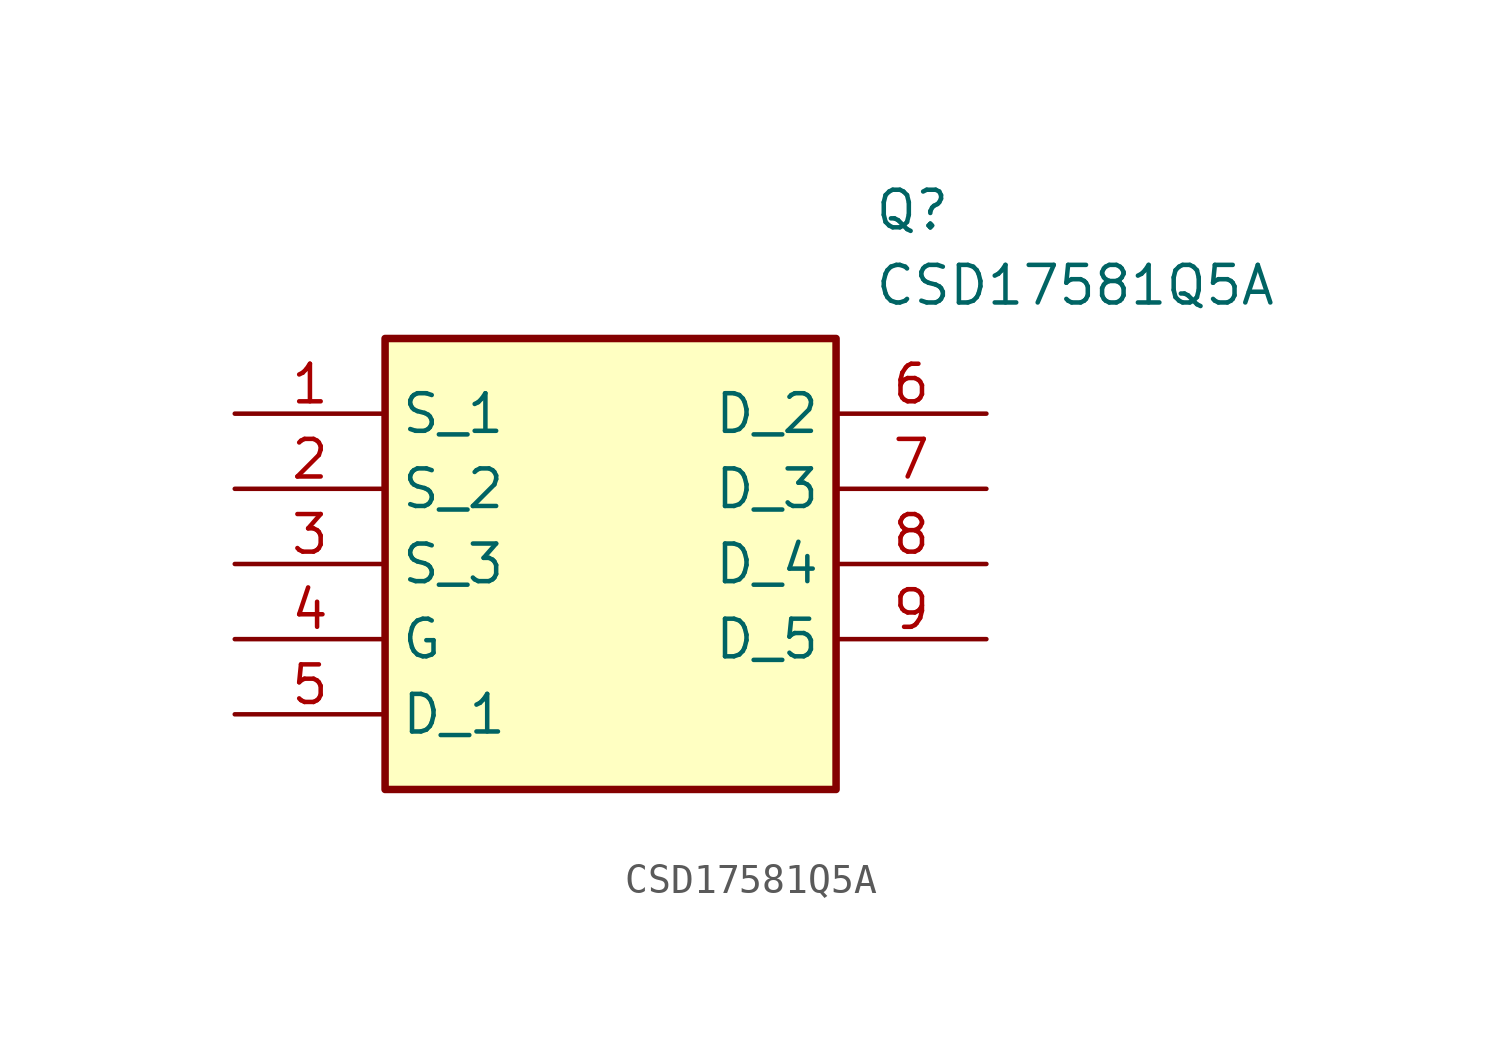
<source format=kicad_sym>
(kicad_symbol_lib
  (version 20211014)
  (generator SamacSys_ECAD_Model)
  (symbol "CSD17581Q5A"
    (property "Reference" "Q"
      (at 21.59 7.62 0)
      (effects (font (size 1.27 1.27)) (justify left top)))
    (property "Value" "CSD17581Q5A"
      (at 21.59 5.08 0)
      (effects (font (size 1.27 1.27)) (justify left top)))
    (rectangle
      (start 5.08 2.54)
      (end 20.32 -12.7)
      (stroke (width 0.254) (type default))
      (fill (type background)))
    (pin passive line
      (at 0 0 0)
      (length 5.08)
      (name "S_1" (effects (font (size 1.27 1.27))))
      (number "1" (effects (font (size 1.27 1.27)))))
    (pin passive line
      (at 0 -2.54 0)
      (length 5.08)
      (name "S_2" (effects (font (size 1.27 1.27))))
      (number "2" (effects (font (size 1.27 1.27)))))
    (pin passive line
      (at 0 -5.08 0)
      (length 5.08)
      (name "S_3" (effects (font (size 1.27 1.27))))
      (number "3" (effects (font (size 1.27 1.27)))))
    (pin passive line
      (at 0 -7.62 0)
      (length 5.08)
      (name "G" (effects (font (size 1.27 1.27))))
      (number "4" (effects (font (size 1.27 1.27)))))
    (pin passive line
      (at 0 -10.16 0)
      (length 5.08)
      (name "D_1" (effects (font (size 1.27 1.27))))
      (number "5" (effects (font (size 1.27 1.27)))))
    (pin passive line
      (at 25.4 0 180)
      (length 5.08)
      (name "D_2" (effects (font (size 1.27 1.27))))
      (number "6" (effects (font (size 1.27 1.27)))))
    (pin passive line
      (at 25.4 -2.54 180)
      (length 5.08)
      (name "D_3" (effects (font (size 1.27 1.27))))
      (number "7" (effects (font (size 1.27 1.27)))))
    (pin passive line
      (at 25.4 -5.08 180)
      (length 5.08)
      (name "D_4" (effects (font (size 1.27 1.27))))
      (number "8" (effects (font (size 1.27 1.27)))))
    (pin passive line
      (at 25.4 -7.62 180)
      (length 5.08)
      (name "D_5" (effects (font (size 1.27 1.27))))
      (number "9" (effects (font (size 1.27 1.27)))))))
</source>
